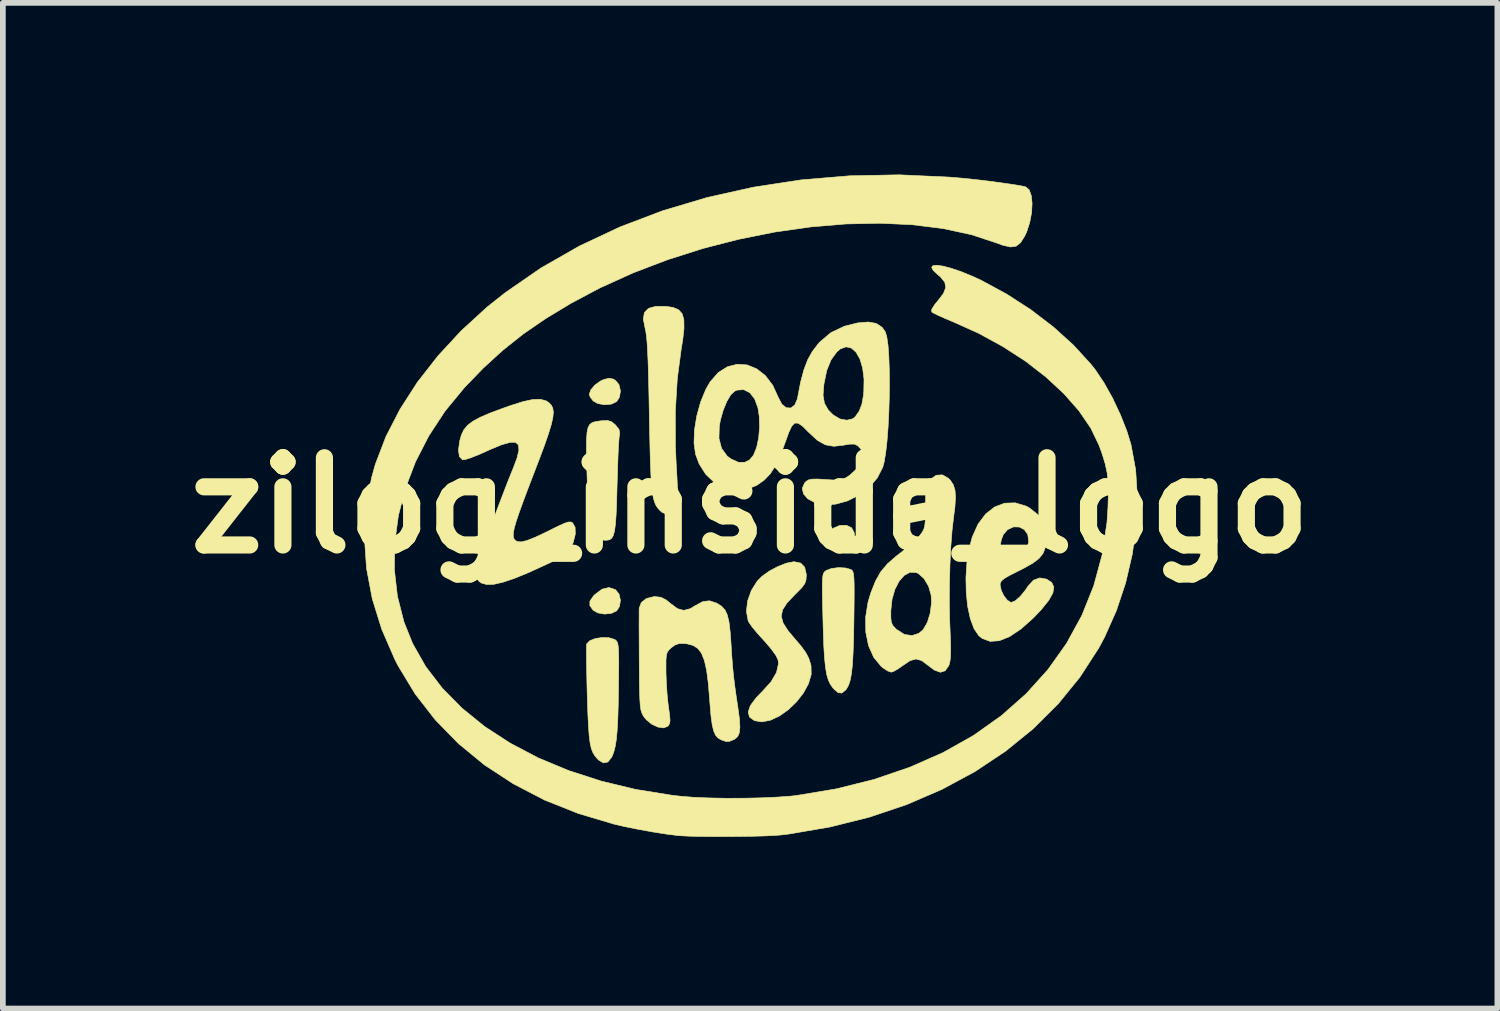
<source format=kicad_pcb>
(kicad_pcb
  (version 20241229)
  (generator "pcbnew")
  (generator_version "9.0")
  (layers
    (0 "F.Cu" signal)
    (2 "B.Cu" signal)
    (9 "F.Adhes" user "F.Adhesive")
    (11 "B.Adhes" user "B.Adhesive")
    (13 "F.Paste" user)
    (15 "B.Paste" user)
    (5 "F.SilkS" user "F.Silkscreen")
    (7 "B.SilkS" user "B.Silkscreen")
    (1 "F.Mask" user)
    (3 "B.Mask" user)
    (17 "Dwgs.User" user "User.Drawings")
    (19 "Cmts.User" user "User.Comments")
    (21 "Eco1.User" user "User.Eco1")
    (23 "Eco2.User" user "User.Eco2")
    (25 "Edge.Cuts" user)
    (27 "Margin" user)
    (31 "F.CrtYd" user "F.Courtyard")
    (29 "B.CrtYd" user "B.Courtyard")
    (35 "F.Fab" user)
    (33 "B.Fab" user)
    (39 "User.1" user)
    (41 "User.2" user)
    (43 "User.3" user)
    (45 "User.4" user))
  (footprint "zilog_inside_logo"
    (layer "F.Cu")
    (at 10.058 5.784)
    (property "Reference" "zilog_inside_logo" (at 0 0 0) (layer "F.SilkS") (effects (font (size 1.524 1.524) (thickness 0.3))))
    (attr through_hole)
    (fp_poly (pts (xy -2.354 1.47) (xy -2.353 1.47) (xy -2.29 1.548) (xy -2.266 1.655) (xy -2.282 1.763) (xy -2.331 1.84) (xy -2.424 1.885) (xy -2.544 1.897) (xy -2.663 1.876) (xy -2.743 1.829) (xy -2.8 1.749) (xy -2.799 1.671) (xy -2.738 1.582) (xy -2.714 1.557) (xy -2.588 1.462) (xy -2.467 1.433) (xy -2.354 1.47)) (stroke (width 0.01) (type solid)) (fill yes) (layer "F.SilkS"))
    (fp_poly (pts (xy 1.773 0.389) (xy 1.776 0.392) (xy 1.82 0.477) (xy 1.83 0.586) (xy 1.806 0.691) (xy 1.754 0.76) (xy 1.633 0.807) (xy 1.498 0.801) (xy 1.377 0.743) (xy 1.376 0.743) (xy 1.303 0.658) (xy 1.296 0.571) (xy 1.355 0.478) (xy 1.455 0.396) (xy 1.568 0.348) (xy 1.682 0.345) (xy 1.773 0.389)) (stroke (width 0.01) (type solid)) (fill yes) (layer "F.SilkS"))
    (fp_poly (pts (xy -2.394 -2.21) (xy -2.352 -2.187) (xy -2.29 -2.11) (xy -2.266 -2.003) (xy -2.282 -1.895) (xy -2.331 -1.817) (xy -2.424 -1.772) (xy -2.544 -1.761) (xy -2.663 -1.782) (xy -2.743 -1.829) (xy -2.793 -1.894) (xy -2.811 -1.943) (xy -2.783 -2.022) (xy -2.711 -2.106) (xy -2.614 -2.176) (xy -2.555 -2.202) (xy -2.463 -2.224) (xy -2.394 -2.21)) (stroke (width 0.01) (type solid)) (fill yes) (layer "F.SilkS"))
    (fp_poly (pts (xy -2.467 2.31) (xy -2.37 2.339) (xy -2.353 2.35) (xy -2.333 2.369) (xy -2.317 2.397) (xy -2.307 2.443) (xy -2.3 2.516) (xy -2.296 2.624) (xy -2.295 2.777) (xy -2.297 2.982) (xy -2.299 3.169) (xy -2.304 3.481) (xy -2.312 3.733) (xy -2.323 3.934) (xy -2.338 4.092) (xy -2.358 4.215) (xy -2.383 4.312) (xy -2.415 4.39) (xy -2.42 4.4) (xy -2.486 4.482) (xy -2.563 4.498) (xy -2.649 4.447) (xy -2.667 4.428) (xy -2.712 4.375) (xy -2.747 4.317) (xy -2.775 4.245) (xy -2.796 4.149) (xy -2.812 4.023) (xy -2.824 3.856) (xy -2.835 3.641) (xy -2.844 3.369) (xy -2.846 3.302) (xy -2.852 3.068) (xy -2.856 2.856) (xy -2.859 2.675) (xy -2.859 2.535) (xy -2.858 2.446) (xy -2.855 2.418) (xy -2.802 2.363) (xy -2.705 2.325) (xy -2.586 2.306) (xy -2.467 2.31)) (stroke (width 0.01) (type solid)) (fill yes) (layer "F.SilkS"))
    (fp_poly (pts (xy 1.671 1.092) (xy 1.761 1.118) (xy 1.781 1.132) (xy 1.796 1.155) (xy 1.807 1.196) (xy 1.814 1.263) (xy 1.818 1.363) (xy 1.819 1.505) (xy 1.818 1.697) (xy 1.815 1.947) (xy 1.814 2.007) (xy 1.809 2.322) (xy 1.8 2.576) (xy 1.789 2.777) (xy 1.772 2.933) (xy 1.75 3.051) (xy 1.722 3.138) (xy 1.687 3.202) (xy 1.668 3.226) (xy 1.603 3.277) (xy 1.539 3.27) (xy 1.463 3.204) (xy 1.446 3.185) (xy 1.402 3.124) (xy 1.367 3.049) (xy 1.339 2.953) (xy 1.318 2.828) (xy 1.301 2.665) (xy 1.288 2.456) (xy 1.279 2.194) (xy 1.273 1.974) (xy 1.267 1.724) (xy 1.263 1.533) (xy 1.262 1.392) (xy 1.265 1.293) (xy 1.272 1.228) (xy 1.283 1.186) (xy 1.299 1.16) (xy 1.321 1.142) (xy 1.329 1.136) (xy 1.42 1.101) (xy 1.545 1.085) (xy 1.671 1.092)) (stroke (width 0.01) (type solid)) (fill yes) (layer "F.SilkS"))
    (fp_poly (pts (xy -2.424 -1.466) (xy -2.357 -1.412) (xy -2.353 -1.408) (xy -2.291 -1.33) (xy -2.278 -1.258) (xy -2.284 -1.226) (xy -2.291 -1.167) (xy -2.299 -1.051) (xy -2.307 -0.889) (xy -2.314 -0.691) (xy -2.321 -0.47) (xy -2.325 -0.339) (xy -2.332 -0.059) (xy -2.341 0.159) (xy -2.353 0.325) (xy -2.369 0.444) (xy -2.391 0.525) (xy -2.42 0.574) (xy -2.459 0.599) (xy -2.509 0.607) (xy -2.532 0.607) (xy -2.618 0.599) (xy -2.668 0.587) (xy -2.712 0.547) (xy -2.762 0.473) (xy -2.767 0.463) (xy -2.786 0.417) (xy -2.801 0.352) (xy -2.813 0.259) (xy -2.824 0.13) (xy -2.833 -0.044) (xy -2.841 -0.271) (xy -2.848 -0.491) (xy -2.856 -0.77) (xy -2.86 -0.99) (xy -2.858 -1.156) (xy -2.849 -1.278) (xy -2.831 -1.363) (xy -2.801 -1.417) (xy -2.758 -1.45) (xy -2.699 -1.467) (xy -2.624 -1.478) (xy -2.597 -1.481) (xy -2.493 -1.486) (xy -2.424 -1.466)) (stroke (width 0.01) (type solid)) (fill yes) (layer "F.SilkS"))
    (fp_poly (pts (xy -1.347 -3.462) (xy -1.251 -3.422) (xy -1.188 -3.353) (xy -1.157 -3.247) (xy -1.155 -3.097) (xy -1.177 -2.894) (xy -1.202 -2.747) (xy -1.272 -2.217) (xy -1.307 -1.64) (xy -1.305 -1.028) (xy -1.291 -0.724) (xy -1.277 -0.48) (xy -1.269 -0.294) (xy -1.266 -0.157) (xy -1.269 -0.06) (xy -1.277 0.007) (xy -1.291 0.054) (xy -1.294 0.059) (xy -1.361 0.141) (xy -1.447 0.161) (xy -1.542 0.117) (xy -1.571 0.091) (xy -1.61 0.049) (xy -1.643 0.002) (xy -1.669 -0.057) (xy -1.691 -0.133) (xy -1.708 -0.233) (xy -1.722 -0.363) (xy -1.733 -0.531) (xy -1.742 -0.742) (xy -1.749 -1.004) (xy -1.756 -1.322) (xy -1.761 -1.592) (xy -1.768 -1.954) (xy -1.775 -2.255) (xy -1.782 -2.5) (xy -1.791 -2.695) (xy -1.8 -2.847) (xy -1.811 -2.962) (xy -1.823 -3.046) (xy -1.835 -3.1) (xy -1.866 -3.258) (xy -1.847 -3.372) (xy -1.776 -3.445) (xy -1.651 -3.48) (xy -1.48 -3.481) (xy -1.347 -3.462)) (stroke (width 0.01) (type solid)) (fill yes) (layer "F.SilkS"))
    (fp_poly (pts (xy 0.884 1.006) (xy 0.954 1.078) (xy 0.982 1.202) (xy 0.982 1.227) (xy 0.977 1.301) (xy 0.956 1.363) (xy 0.908 1.43) (xy 0.823 1.518) (xy 0.781 1.559) (xy 0.646 1.701) (xy 0.567 1.823) (xy 0.545 1.937) (xy 0.578 2.056) (xy 0.667 2.193) (xy 0.766 2.31) (xy 0.889 2.454) (xy 0.972 2.568) (xy 1.025 2.669) (xy 1.059 2.775) (xy 1.065 2.803) (xy 1.068 2.954) (xy 1.02 3.115) (xy 0.931 3.278) (xy 0.81 3.432) (xy 0.668 3.568) (xy 0.513 3.678) (xy 0.355 3.752) (xy 0.204 3.781) (xy 0.075 3.759) (xy -0.01 3.697) (xy -0.033 3.61) (xy 0.004 3.498) (xy 0.103 3.363) (xy 0.203 3.26) (xy 0.365 3.083) (xy 0.462 2.917) (xy 0.496 2.765) (xy 0.489 2.699) (xy 0.453 2.623) (xy 0.376 2.515) (xy 0.269 2.388) (xy 0.233 2.349) (xy 0.129 2.234) (xy 0.041 2.128) (xy -0.018 2.045) (xy -0.034 2.014) (xy -0.064 1.85) (xy -0.043 1.667) (xy 0.022 1.485) (xy 0.124 1.322) (xy 0.207 1.238) (xy 0.337 1.145) (xy 0.488 1.065) (xy 0.636 1.007) (xy 0.759 0.983) (xy 0.768 0.982) (xy 0.884 1.006)) (stroke (width 0.01) (type solid)) (fill yes) (layer "F.SilkS"))
    (fp_poly (pts (xy 4.822 0.01) (xy 4.879 0.04) (xy 5.037 0.166) (xy 5.136 0.322) (xy 5.176 0.512) (xy 5.175 0.613) (xy 5.158 0.736) (xy 5.12 0.836) (xy 5.052 0.922) (xy 4.944 1.005) (xy 4.787 1.094) (xy 4.674 1.151) (xy 4.533 1.222) (xy 4.443 1.275) (xy 4.393 1.317) (xy 4.372 1.357) (xy 4.369 1.387) (xy 4.388 1.481) (xy 4.435 1.578) (xy 4.496 1.656) (xy 4.557 1.693) (xy 4.565 1.693) (xy 4.634 1.665) (xy 4.721 1.589) (xy 4.813 1.476) (xy 4.855 1.412) (xy 4.95 1.306) (xy 5.062 1.265) (xy 5.181 1.286) (xy 5.271 1.345) (xy 5.308 1.425) (xy 5.291 1.529) (xy 5.217 1.66) (xy 5.087 1.821) (xy 4.948 1.967) (xy 4.733 2.158) (xy 4.534 2.291) (xy 4.354 2.363) (xy 4.194 2.374) (xy 4.056 2.323) (xy 3.996 2.274) (xy 3.913 2.151) (xy 3.848 1.976) (xy 3.802 1.761) (xy 3.777 1.518) (xy 3.772 1.261) (xy 3.789 1.001) (xy 3.821 0.798) (xy 4.371 0.798) (xy 4.391 0.858) (xy 4.391 0.858) (xy 4.456 0.88) (xy 4.558 0.869) (xy 4.676 0.828) (xy 4.724 0.803) (xy 4.816 0.74) (xy 4.859 0.674) (xy 4.868 0.626) (xy 4.852 0.505) (xy 4.791 0.42) (xy 4.702 0.375) (xy 4.6 0.374) (xy 4.5 0.421) (xy 4.426 0.506) (xy 4.391 0.595) (xy 4.371 0.702) (xy 4.371 0.798) (xy 3.821 0.798) (xy 3.828 0.753) (xy 3.883 0.548) (xy 3.985 0.323) (xy 4.118 0.147) (xy 4.274 0.025) (xy 4.448 -0.041) (xy 4.633 -0.047) (xy 4.822 0.01)) (stroke (width 0.01) (type solid)) (fill yes) (layer "F.SilkS"))
    (fp_poly (pts (xy -3.565 -1.829) (xy -3.517 -1.798) (xy -3.475 -1.755) (xy -3.448 -1.702) (xy -3.438 -1.631) (xy -3.447 -1.537) (xy -3.475 -1.413) (xy -3.524 -1.251) (xy -3.596 -1.044) (xy -3.693 -0.786) (xy -3.767 -0.593) (xy -3.881 -0.296) (xy -3.971 -0.056) (xy -4.04 0.135) (xy -4.089 0.282) (xy -4.121 0.393) (xy -4.137 0.475) (xy -4.139 0.533) (xy -4.129 0.574) (xy -4.116 0.597) (xy -4.071 0.63) (xy -4.001 0.636) (xy -3.898 0.612) (xy -3.755 0.555) (xy -3.564 0.465) (xy -3.501 0.433) (xy -3.347 0.357) (xy -3.242 0.31) (xy -3.173 0.288) (xy -3.129 0.288) (xy -3.102 0.302) (xy -3.058 0.38) (xy -3.054 0.498) (xy -3.09 0.642) (xy -3.116 0.705) (xy -3.148 0.768) (xy -3.185 0.818) (xy -3.241 0.864) (xy -3.327 0.915) (xy -3.455 0.98) (xy -3.564 1.031) (xy -3.865 1.169) (xy -4.115 1.272) (xy -4.317 1.34) (xy -4.478 1.377) (xy -4.601 1.381) (xy -4.693 1.356) (xy -4.741 1.321) (xy -4.792 1.245) (xy -4.809 1.179) (xy -4.797 1.128) (xy -4.765 1.024) (xy -4.714 0.875) (xy -4.65 0.693) (xy -4.575 0.485) (xy -4.493 0.263) (xy -4.408 0.035) (xy -4.322 -0.189) (xy -4.241 -0.4) (xy -4.166 -0.587) (xy -4.144 -0.64) (xy -4.073 -0.829) (xy -4.04 -0.968) (xy -4.048 -1.059) (xy -4.099 -1.103) (xy -4.197 -1.103) (xy -4.344 -1.061) (xy -4.544 -0.978) (xy -4.604 -0.951) (xy -4.752 -0.885) (xy -4.88 -0.835) (xy -4.975 -0.804) (xy -5.023 -0.798) (xy -5.079 -0.854) (xy -5.096 -0.964) (xy -5.076 -1.122) (xy -5.046 -1.231) (xy -5.003 -1.322) (xy -4.939 -1.4) (xy -4.845 -1.472) (xy -4.714 -1.543) (xy -4.537 -1.619) (xy -4.307 -1.704) (xy -4.188 -1.746) (xy -3.967 -1.816) (xy -3.796 -1.853) (xy -3.665 -1.857) (xy -3.565 -1.829)) (stroke (width 0.01) (type solid)) (fill yes) (layer "F.SilkS"))
    (fp_poly (pts (xy -1.557 1.604) (xy -1.468 1.649) (xy -1.388 1.714) (xy -1.268 1.803) (xy -1.159 1.832) (xy -1.046 1.803) (xy -0.954 1.748) (xy -0.825 1.678) (xy -0.709 1.665) (xy -0.586 1.705) (xy -0.579 1.709) (xy -0.499 1.759) (xy -0.44 1.823) (xy -0.398 1.912) (xy -0.368 2.038) (xy -0.348 2.211) (xy -0.335 2.386) (xy -0.321 2.612) (xy -0.307 2.797) (xy -0.291 2.962) (xy -0.271 3.131) (xy -0.244 3.325) (xy -0.214 3.525) (xy -0.187 3.726) (xy -0.178 3.872) (xy -0.188 3.972) (xy -0.218 4.039) (xy -0.27 4.083) (xy -0.289 4.092) (xy -0.365 4.123) (xy -0.421 4.124) (xy -0.497 4.098) (xy -0.498 4.098) (xy -0.557 4.065) (xy -0.602 4.016) (xy -0.637 3.939) (xy -0.663 3.827) (xy -0.684 3.668) (xy -0.702 3.454) (xy -0.707 3.387) (xy -0.731 3.102) (xy -0.76 2.878) (xy -0.799 2.707) (xy -0.849 2.582) (xy -0.914 2.497) (xy -0.997 2.445) (xy -1.101 2.417) (xy -1.127 2.414) (xy -1.234 2.41) (xy -1.312 2.437) (xy -1.374 2.483) (xy -1.418 2.523) (xy -1.447 2.563) (xy -1.463 2.617) (xy -1.47 2.701) (xy -1.47 2.83) (xy -1.47 2.918) (xy -1.463 3.104) (xy -1.45 3.302) (xy -1.432 3.477) (xy -1.424 3.535) (xy -1.405 3.672) (xy -1.399 3.758) (xy -1.407 3.812) (xy -1.43 3.848) (xy -1.436 3.856) (xy -1.51 3.886) (xy -1.61 3.872) (xy -1.718 3.822) (xy -1.814 3.743) (xy -1.853 3.695) (xy -1.877 3.657) (xy -1.895 3.617) (xy -1.909 3.567) (xy -1.919 3.496) (xy -1.926 3.397) (xy -1.931 3.26) (xy -1.934 3.077) (xy -1.936 2.839) (xy -1.937 2.73) (xy -1.938 2.492) (xy -1.939 2.273) (xy -1.94 2.083) (xy -1.939 1.933) (xy -1.939 1.832) (xy -1.938 1.795) (xy -1.901 1.695) (xy -1.812 1.625) (xy -1.685 1.593) (xy -1.656 1.592) (xy -1.557 1.604)) (stroke (width 0.01) (type solid)) (fill yes) (layer "F.SilkS"))
    (fp_poly (pts (xy 3.465 -0.476) (xy 3.502 -0.438) (xy 3.552 -0.36) (xy 3.581 -0.265) (xy 3.59 -0.14) (xy 3.579 0.027) (xy 3.555 0.215) (xy 3.529 0.441) (xy 3.508 0.717) (xy 3.493 1.026) (xy 3.484 1.351) (xy 3.481 1.674) (xy 3.486 1.978) (xy 3.492 2.113) (xy 3.501 2.338) (xy 3.505 2.506) (xy 3.503 2.628) (xy 3.494 2.715) (xy 3.479 2.779) (xy 3.471 2.799) (xy 3.409 2.888) (xy 3.325 2.914) (xy 3.218 2.875) (xy 3.111 2.794) (xy 2.999 2.71) (xy 2.899 2.682) (xy 2.795 2.711) (xy 2.672 2.794) (xy 2.579 2.859) (xy 2.5 2.903) (xy 2.465 2.912) (xy 2.405 2.891) (xy 2.324 2.838) (xy 2.291 2.811) (xy 2.16 2.652) (xy 2.07 2.45) (xy 2.022 2.214) (xy 2.019 1.959) (xy 2.459 1.959) (xy 2.468 2.039) (xy 2.493 2.095) (xy 2.54 2.147) (xy 2.566 2.17) (xy 2.696 2.252) (xy 2.829 2.273) (xy 2.951 2.233) (xy 3.025 2.168) (xy 3.098 2.043) (xy 3.148 1.878) (xy 3.17 1.7) (xy 3.164 1.567) (xy 3.119 1.411) (xy 3.041 1.279) (xy 2.943 1.19) (xy 2.903 1.171) (xy 2.797 1.166) (xy 2.696 1.219) (xy 2.605 1.322) (xy 2.531 1.464) (xy 2.481 1.637) (xy 2.46 1.831) (xy 2.46 1.832) (xy 2.459 1.959) (xy 2.019 1.959) (xy 2.018 1.957) (xy 2.061 1.69) (xy 2.109 1.529) (xy 2.192 1.32) (xy 2.284 1.157) (xy 2.4 1.019) (xy 2.555 0.884) (xy 2.62 0.834) (xy 2.746 0.735) (xy 2.863 0.632) (xy 2.949 0.544) (xy 2.968 0.521) (xy 3.01 0.463) (xy 3.038 0.408) (xy 3.054 0.342) (xy 3.063 0.249) (xy 3.066 0.112) (xy 3.066 0.013) (xy 3.067 -0.155) (xy 3.072 -0.27) (xy 3.084 -0.346) (xy 3.103 -0.398) (xy 3.134 -0.44) (xy 3.148 -0.456) (xy 3.252 -0.529) (xy 3.36 -0.536) (xy 3.465 -0.476)) (stroke (width 0.01) (type solid)) (fill yes) (layer "F.SilkS"))
    (fp_poly (pts (xy 2.205 -3.182) (xy 2.307 -3.114) (xy 2.363 -3.035) (xy 2.389 -2.947) (xy 2.41 -2.803) (xy 2.424 -2.614) (xy 2.432 -2.389) (xy 2.435 -2.141) (xy 2.432 -1.88) (xy 2.424 -1.617) (xy 2.411 -1.362) (xy 2.393 -1.128) (xy 2.37 -0.924) (xy 2.343 -0.761) (xy 2.319 -0.671) (xy 2.223 -0.482) (xy 2.079 -0.316) (xy 1.9 -0.18) (xy 1.7 -0.08) (xy 1.491 -0.023) (xy 1.286 -0.015) (xy 1.135 -0.049) (xy 1.008 -0.118) (xy 0.933 -0.204) (xy 0.912 -0.299) (xy 0.951 -0.391) (xy 0.977 -0.419) (xy 1.019 -0.447) (xy 1.08 -0.461) (xy 1.174 -0.463) (xy 1.318 -0.455) (xy 1.324 -0.454) (xy 1.465 -0.445) (xy 1.558 -0.445) (xy 1.624 -0.459) (xy 1.684 -0.49) (xy 1.747 -0.534) (xy 1.843 -0.622) (xy 1.923 -0.723) (xy 1.944 -0.76) (xy 1.98 -0.844) (xy 1.984 -0.899) (xy 1.956 -0.956) (xy 1.948 -0.969) (xy 1.89 -1.04) (xy 1.824 -1.073) (xy 1.73 -1.072) (xy 1.632 -1.054) (xy 1.462 -1.035) (xy 1.315 -1.061) (xy 1.177 -1.138) (xy 1.031 -1.273) (xy 1.027 -1.276) (xy 0.921 -1.383) (xy 0.842 -1.438) (xy 0.78 -1.441) (xy 0.727 -1.386) (xy 0.674 -1.272) (xy 0.625 -1.134) (xy 0.535 -0.89) (xy 0.448 -0.701) (xy 0.354 -0.557) (xy 0.249 -0.446) (xy 0.122 -0.356) (xy 0.115 -0.352) (xy -0.073 -0.277) (xy -0.265 -0.264) (xy -0.453 -0.308) (xy -0.626 -0.404) (xy -0.776 -0.547) (xy -0.893 -0.733) (xy -0.953 -0.897) (xy -0.98 -1.09) (xy -0.977 -1.172) (xy -0.544 -1.172) (xy -0.498 -0.997) (xy -0.399 -0.863) (xy -0.333 -0.814) (xy -0.204 -0.756) (xy -0.094 -0.755) (xy -0.008 -0.797) (xy 0.06 -0.88) (xy 0.114 -1.014) (xy 0.15 -1.183) (xy 0.166 -1.37) (xy 0.16 -1.56) (xy 0.137 -1.708) (xy 0.079 -1.865) (xy -0.006 -1.972) (xy -0.111 -2.025) (xy -0.227 -2.017) (xy -0.272 -1.997) (xy -0.34 -1.932) (xy -0.408 -1.816) (xy -0.47 -1.665) (xy -0.518 -1.497) (xy -0.538 -1.386) (xy -0.544 -1.172) (xy -0.977 -1.172) (xy -0.972 -1.319) (xy -0.932 -1.565) (xy -0.865 -1.808) (xy -0.774 -2.029) (xy -0.699 -2.16) (xy -0.557 -2.323) (xy -0.396 -2.425) (xy -0.225 -2.469) (xy -0.052 -2.457) (xy 0.115 -2.389) (xy 0.267 -2.27) (xy 0.397 -2.099) (xy 0.493 -1.888) (xy 0.555 -1.77) (xy 0.632 -1.709) (xy 0.711 -1.704) (xy 0.78 -1.756) (xy 0.827 -1.864) (xy 0.832 -1.888) (xy 0.839 -1.929) (xy 1.275 -1.929) (xy 1.299 -1.787) (xy 1.365 -1.671) (xy 1.454 -1.582) (xy 1.57 -1.513) (xy 1.689 -1.491) (xy 1.792 -1.515) (xy 1.836 -1.549) (xy 1.908 -1.651) (xy 1.954 -1.771) (xy 1.982 -1.929) (xy 1.987 -1.991) (xy 1.991 -2.209) (xy 1.967 -2.4) (xy 1.92 -2.559) (xy 1.853 -2.677) (xy 1.771 -2.751) (xy 1.678 -2.773) (xy 1.578 -2.737) (xy 1.515 -2.684) (xy 1.414 -2.544) (xy 1.34 -2.362) (xy 1.291 -2.127) (xy 1.289 -2.112) (xy 1.275 -1.929) (xy 0.839 -1.929) (xy 0.883 -2.157) (xy 0.94 -2.371) (xy 1.006 -2.545) (xy 1.088 -2.692) (xy 1.19 -2.825) (xy 1.219 -2.858) (xy 1.412 -3.021) (xy 1.647 -3.133) (xy 1.878 -3.191) (xy 2.065 -3.207) (xy 2.205 -3.182)) (stroke (width 0.01) (type solid)) (fill yes) (layer "F.SilkS"))
    (fp_poly (pts (xy 3.484 -5.739) (xy 3.708 -5.72) (xy 3.894 -5.701) (xy 4.095 -5.678) (xy 4.296 -5.652) (xy 4.484 -5.626) (xy 4.644 -5.602) (xy 4.762 -5.581) (xy 4.817 -5.568) (xy 4.877 -5.516) (xy 4.914 -5.415) (xy 4.928 -5.277) (xy 4.919 -5.117) (xy 4.887 -4.948) (xy 4.834 -4.783) (xy 4.799 -4.708) (xy 4.727 -4.594) (xy 4.649 -4.532) (xy 4.55 -4.518) (xy 4.417 -4.548) (xy 4.326 -4.582) (xy 3.872 -4.732) (xy 3.372 -4.84) (xy 2.834 -4.907) (xy 2.264 -4.933) (xy 1.669 -4.92) (xy 1.056 -4.868) (xy 0.432 -4.779) (xy -0.197 -4.653) (xy -0.824 -4.492) (xy -1.442 -4.295) (xy -2.045 -4.065) (xy -2.625 -3.802) (xy -3.13 -3.534) (xy -3.573 -3.266) (xy -3.965 -2.997) (xy -4.323 -2.712) (xy -4.665 -2.399) (xy -4.988 -2.066) (xy -5.327 -1.655) (xy -5.613 -1.22) (xy -5.846 -0.766) (xy -6.024 -0.3) (xy -6.146 0.175) (xy -6.21 0.651) (xy -6.216 1.123) (xy -6.163 1.586) (xy -6.049 2.034) (xy -5.897 2.412) (xy -5.669 2.814) (xy -5.38 3.191) (xy -5.035 3.541) (xy -4.638 3.863) (xy -4.192 4.153) (xy -3.701 4.411) (xy -3.17 4.632) (xy -2.601 4.816) (xy -1.999 4.961) (xy -1.368 5.063) (xy -1.228 5.079) (xy -0.999 5.098) (xy -0.724 5.11) (xy -0.42 5.116) (xy -0.105 5.115) (xy 0.204 5.108) (xy 0.487 5.095) (xy 0.729 5.077) (xy 0.813 5.067) (xy 1.504 4.952) (xy 2.165 4.787) (xy 2.79 4.574) (xy 3.373 4.317) (xy 3.903 4.019) (xy 4.39 3.674) (xy 4.825 3.289) (xy 5.205 2.867) (xy 5.53 2.41) (xy 5.797 1.922) (xy 6.005 1.404) (xy 6.152 0.861) (xy 6.237 0.294) (xy 6.254 0.034) (xy 6.261 -0.209) (xy 6.257 -0.405) (xy 6.239 -0.574) (xy 6.204 -0.735) (xy 6.15 -0.91) (xy 6.099 -1.05) (xy 5.954 -1.352) (xy 5.747 -1.655) (xy 5.484 -1.954) (xy 5.172 -2.244) (xy 4.816 -2.52) (xy 4.421 -2.776) (xy 3.995 -3.009) (xy 3.564 -3.203) (xy 3.419 -3.264) (xy 3.295 -3.319) (xy 3.209 -3.361) (xy 3.174 -3.382) (xy 3.174 -3.428) (xy 3.228 -3.513) (xy 3.28 -3.576) (xy 3.379 -3.705) (xy 3.419 -3.81) (xy 3.402 -3.903) (xy 3.327 -3.995) (xy 3.283 -4.032) (xy 3.199 -4.11) (xy 3.172 -4.163) (xy 3.197 -4.193) (xy 3.266 -4.199) (xy 3.375 -4.183) (xy 3.518 -4.145) (xy 3.688 -4.087) (xy 3.881 -4.008) (xy 4.042 -3.934) (xy 4.483 -3.695) (xy 4.907 -3.421) (xy 5.3 -3.12) (xy 5.653 -2.801) (xy 5.953 -2.472) (xy 6.031 -2.374) (xy 6.183 -2.148) (xy 6.334 -1.878) (xy 6.471 -1.587) (xy 6.585 -1.299) (xy 6.656 -1.067) (xy 6.738 -0.622) (xy 6.768 -0.146) (xy 6.748 0.348) (xy 6.679 0.851) (xy 6.563 1.351) (xy 6.401 1.837) (xy 6.196 2.298) (xy 6.093 2.49) (xy 5.766 2.996) (xy 5.383 3.467) (xy 4.947 3.901) (xy 4.462 4.295) (xy 3.93 4.649) (xy 3.354 4.96) (xy 2.738 5.226) (xy 2.084 5.446) (xy 1.395 5.618) (xy 0.675 5.741) (xy 0.543 5.757) (xy 0.427 5.766) (xy 0.257 5.774) (xy 0.049 5.78) (xy -0.184 5.783) (xy -0.428 5.785) (xy -0.667 5.785) (xy -0.887 5.783) (xy -1.075 5.778) (xy -1.215 5.771) (xy -1.253 5.768) (xy -1.456 5.743) (xy -1.697 5.705) (xy -1.953 5.659) (xy -2.196 5.61) (xy -2.373 5.569) (xy -3.002 5.382) (xy -3.591 5.147) (xy -4.138 4.863) (xy -4.64 4.535) (xy -5.094 4.162) (xy -5.5 3.747) (xy -5.853 3.293) (xy -6.152 2.799) (xy -6.207 2.692) (xy -6.436 2.165) (xy -6.602 1.632) (xy -6.703 1.097) (xy -6.739 0.565) (xy -6.71 0.038) (xy -6.616 -0.48) (xy -6.547 -0.726) (xy -6.363 -1.206) (xy -6.116 -1.685) (xy -5.812 -2.157) (xy -5.454 -2.615) (xy -5.048 -3.054) (xy -4.598 -3.466) (xy -4.282 -3.717) (xy -3.657 -4.149) (xy -2.986 -4.533) (xy -2.276 -4.867) (xy -1.529 -5.151) (xy -0.75 -5.383) (xy 0.057 -5.563) (xy 0.888 -5.69) (xy 1.739 -5.762) (xy 2.606 -5.779) (xy 3.484 -5.739)) (stroke (width 0.01) (type solid)) (fill yes) (layer "F.SilkS")))
  (gr_rect
    (start -3 -3)
    (end 23.117 14.574)
    (stroke (width 0.1) (type default))
    (fill no)
    (layer "Edge.Cuts")))
</source>
